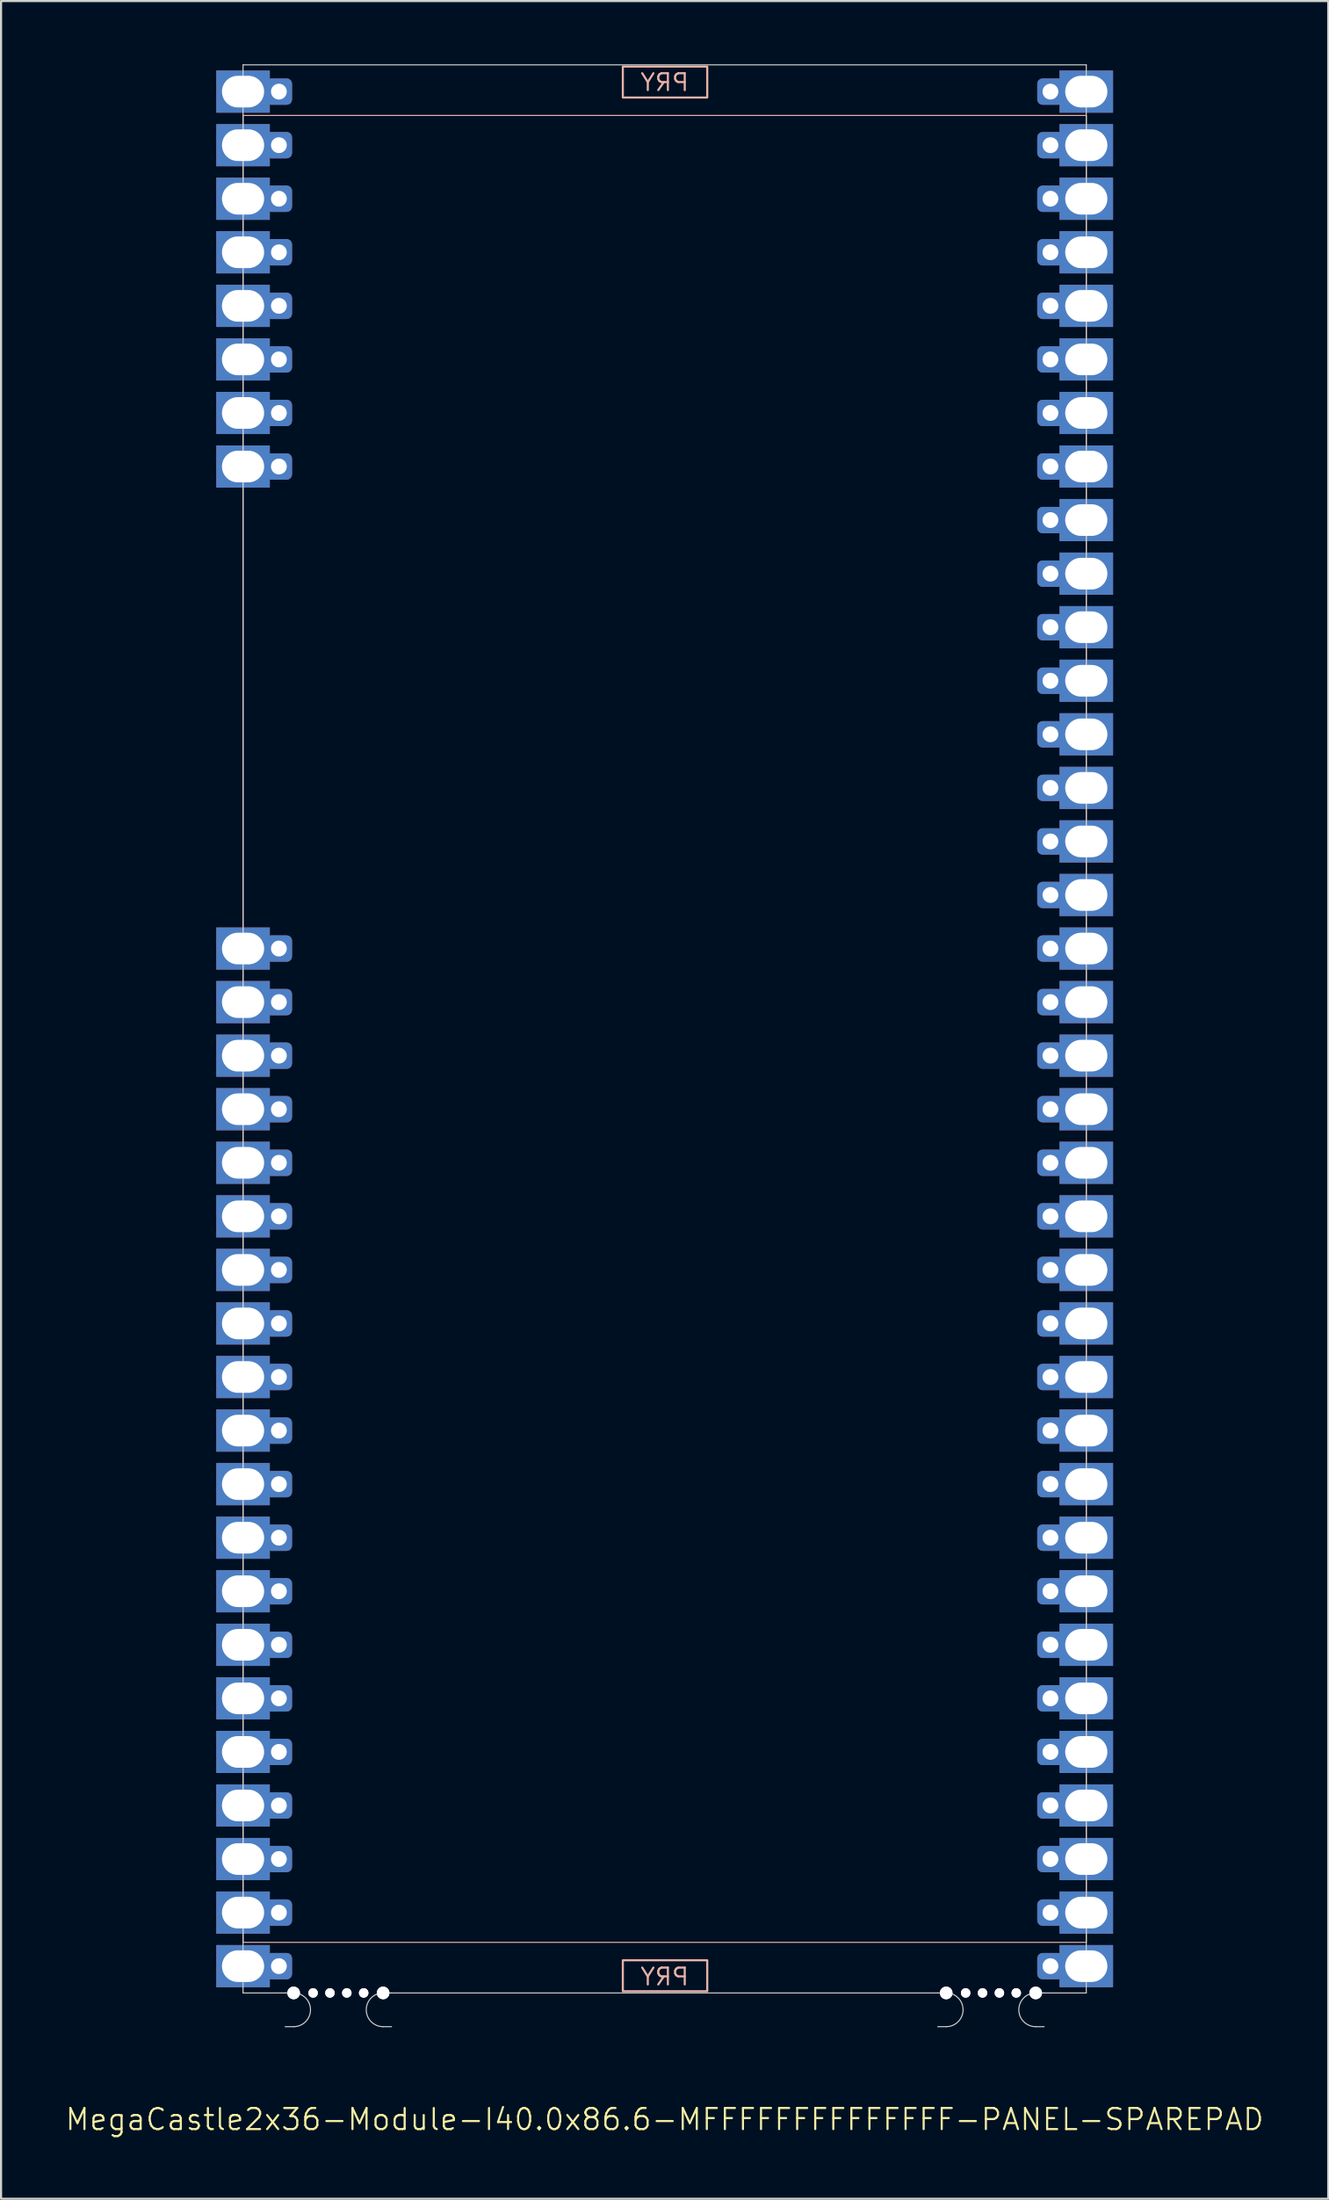
<source format=kicad_pcb>
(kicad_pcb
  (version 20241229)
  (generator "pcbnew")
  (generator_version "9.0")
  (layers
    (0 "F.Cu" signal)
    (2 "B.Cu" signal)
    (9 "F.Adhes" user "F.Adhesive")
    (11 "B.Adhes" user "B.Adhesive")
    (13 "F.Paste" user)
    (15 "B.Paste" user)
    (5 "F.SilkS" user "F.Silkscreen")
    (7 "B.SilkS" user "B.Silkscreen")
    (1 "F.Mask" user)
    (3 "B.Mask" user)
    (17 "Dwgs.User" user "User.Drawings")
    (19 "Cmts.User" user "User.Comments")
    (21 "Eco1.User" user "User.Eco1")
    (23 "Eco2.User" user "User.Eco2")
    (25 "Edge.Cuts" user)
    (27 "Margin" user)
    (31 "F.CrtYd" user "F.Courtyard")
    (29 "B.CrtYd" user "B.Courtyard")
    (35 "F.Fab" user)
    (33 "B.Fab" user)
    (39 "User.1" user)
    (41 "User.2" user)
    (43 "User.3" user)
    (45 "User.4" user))
  (footprint "MegaCastle2x36-Module-I40.0x86.6-MFFFFFFFFFFFFFF-PANEL-SPAREPAD"
    (layer "F.Cu")
    (at 28.479 45.745)
    (property "Reference" "MegaCastle2x36-Module-I40.0x86.6-MFFFFFFFFFFFFFF-PANEL-SPAREPAD" (at 0 51.72 0) (unlocked yes) (layer "F.SilkS") (effects (font (size 1 1) (thickness 0.1))))
    (attr smd)
    (fp_rect (start -20 43.32) (end 20 -43.32) (stroke (width 0.05) (type default)) (fill no) (layer "B.SilkS"))
    (fp_rect (start -1.984 -44.171) (end 2.02 -45.64) (stroke (width 0.1) (type default)) (fill no) (layer "B.SilkS"))
    (fp_rect (start -1.984 44.171) (end 2.02 45.64) (stroke (width 0.1) (type default)) (fill no) (layer "B.SilkS"))
    (fp_line (start -20 -45.72) (end -20 45.72) (stroke (width 0.05) (type default)) (layer "Edge.Cuts"))
    (fp_line (start -20 -45.72) (end 20 -45.72) (stroke (width 0.05) (type default)) (layer "Edge.Cuts"))
    (fp_line (start -20 45.72) (end -18 45.72) (stroke (width 0.05) (type default)) (layer "Edge.Cuts"))
    (fp_line (start -18 45.72) (end -17.6 45.72) (stroke (width 0.05) (type default)) (layer "Edge.Cuts"))
    (fp_line (start -18 47.32) (end -17.6 47.32) (stroke (width 0.05) (type default)) (layer "Edge.Cuts"))
    (fp_line (start -12.955 45.72) (end -13.355 45.72) (stroke (width 0.05) (type default)) (layer "Edge.Cuts"))
    (fp_line (start -12.955 45.72) (end 12.955 45.72) (stroke (width 0.05) (type default)) (layer "Edge.Cuts"))
    (fp_line (start -12.955 47.32) (end -13.355 47.32) (stroke (width 0.05) (type default)) (layer "Edge.Cuts"))
    (fp_line (start 12.955 45.72) (end 13.355 45.72) (stroke (width 0.05) (type default)) (layer "Edge.Cuts"))
    (fp_line (start 12.955 47.32) (end 13.355 47.32) (stroke (width 0.05) (type default)) (layer "Edge.Cuts"))
    (fp_line (start 18 45.72) (end 17.6 45.72) (stroke (width 0.05) (type default)) (layer "Edge.Cuts"))
    (fp_line (start 18 45.72) (end 20 45.72) (stroke (width 0.05) (type default)) (layer "Edge.Cuts"))
    (fp_line (start 18 47.32) (end 17.6 47.32) (stroke (width 0.05) (type default)) (layer "Edge.Cuts"))
    (fp_line (start 20 -45.72) (end 20 45.72) (stroke (width 0.05) (type default)) (layer "Edge.Cuts"))
    (fp_arc (start -17.6 45.720001) (mid -16.799999 46.52) (end -17.6 47.32) (stroke (width 0.05) (type default)) (layer "Edge.Cuts"))
    (fp_arc (start -13.355 47.32) (mid -14.154999 46.520001) (end -13.355 45.720001) (stroke (width 0.05) (type default)) (layer "Edge.Cuts"))
    (fp_arc (start 13.355001 45.720001) (mid 14.155002 46.52) (end 13.355001 47.32) (stroke (width 0.05) (type default)) (layer "Edge.Cuts"))
    (fp_arc (start 17.600002 47.32) (mid 16.8 46.52) (end 17.600002 45.720001) (stroke (width 0.05) (type default)) (layer "Edge.Cuts"))
    (fp_text user "PRY" (at 0 45.42 0) (unlocked yes) (layer "B.SilkS") (effects (font (size 0.8 0.8) (thickness 0.1)) (justify bottom mirror)))
    (fp_text user "PRY" (at 0 -44.42 0) (unlocked yes) (layer "B.SilkS") (effects (font (size 0.8 0.8) (thickness 0.1)) (justify bottom mirror)))
    (pad "" np_thru_hole circle (at -17.6 45.72) (size 0.6 0.6) (drill 0.6) (layers "*.Cu" "Edge.Cuts"))
    (pad "" np_thru_hole circle (at -16.677 45.72) (size 0.45 0.45) (drill 0.45) (layers "*.Cu" "Edge.Cuts"))
    (pad "" np_thru_hole circle (at -15.878 45.72) (size 0.45 0.45) (drill 0.45) (layers "*.Cu" "Edge.Cuts"))
    (pad "" np_thru_hole circle (at -15.078 45.72) (size 0.45 0.45) (drill 0.45) (layers "*.Cu" "Edge.Cuts"))
    (pad "" np_thru_hole circle (at -14.277 45.72) (size 0.45 0.45) (drill 0.45) (layers "*.Cu" "Edge.Cuts"))
    (pad "" np_thru_hole circle (at -13.355 45.72) (size 0.6 0.6) (drill 0.6) (layers "*.Cu" "Edge.Cuts"))
    (pad "" np_thru_hole circle (at 13.355 45.72) (size 0.6 0.6) (drill 0.6) (layers "*.Cu" "Edge.Cuts"))
    (pad "" np_thru_hole circle (at 14.278 45.72) (size 0.45 0.45) (drill 0.45) (layers "*.Cu" "Edge.Cuts"))
    (pad "" np_thru_hole circle (at 15.078 45.72) (size 0.45 0.45) (drill 0.45) (layers "*.Cu" "Edge.Cuts"))
    (pad "" np_thru_hole circle (at 15.878 45.72) (size 0.45 0.45) (drill 0.45) (layers "*.Cu" "Edge.Cuts"))
    (pad "" np_thru_hole circle (at 16.678 45.72) (size 0.45 0.45) (drill 0.45) (layers "*.Cu" "Edge.Cuts"))
    (pad "" np_thru_hole circle (at 17.6 45.72) (size 0.6 0.6) (drill 0.6) (layers "*.Cu" "Edge.Cuts"))
    (pad "1" thru_hole rect (at -20 -44.45) (size 2.54 2) (drill oval 2 1.5) (property pad_prop_castellated) (layers "*.Cu" "*.Mask"))
    (pad "1" thru_hole roundrect (at -18.3 -44.45 180) (size 1.25 1.25) (drill 0.75) (layers "*.Cu" "*.Mask") (roundrect_rratio 0.2))
    (pad "2" thru_hole rect (at -20 -41.91) (size 2.54 2) (drill oval 2 1.5) (property pad_prop_castellated) (layers "*.Cu" "*.Mask"))
    (pad "2" thru_hole roundrect (at -18.3 -41.91 180) (size 1.25 1.25) (drill 0.75) (layers "*.Cu" "*.Mask") (roundrect_rratio 0.2))
    (pad "3" thru_hole rect (at -20 -39.37) (size 2.54 2) (drill oval 2 1.5) (property pad_prop_castellated) (layers "*.Cu" "*.Mask"))
    (pad "3" thru_hole roundrect (at -18.3 -39.37 180) (size 1.25 1.25) (drill 0.75) (layers "*.Cu" "*.Mask") (roundrect_rratio 0.2))
    (pad "4" thru_hole rect (at -20 -36.83) (size 2.54 2) (drill oval 2 1.5) (property pad_prop_castellated) (layers "*.Cu" "*.Mask"))
    (pad "4" thru_hole roundrect (at -18.3 -36.83 180) (size 1.25 1.25) (drill 0.75) (layers "*.Cu" "*.Mask") (roundrect_rratio 0.2))
    (pad "5" thru_hole rect (at -20 -34.29) (size 2.54 2) (drill oval 2 1.5) (property pad_prop_castellated) (layers "*.Cu" "*.Mask"))
    (pad "5" thru_hole roundrect (at -18.3 -34.29 180) (size 1.25 1.25) (drill 0.75) (layers "*.Cu" "*.Mask") (roundrect_rratio 0.2))
    (pad "6" thru_hole rect (at -20 -31.75) (size 2.54 2) (drill oval 2 1.5) (property pad_prop_castellated) (layers "*.Cu" "*.Mask"))
    (pad "6" thru_hole roundrect (at -18.3 -31.75 180) (size 1.25 1.25) (drill 0.75) (layers "*.Cu" "*.Mask") (roundrect_rratio 0.2))
    (pad "7" thru_hole rect (at -20 -29.21) (size 2.54 2) (drill oval 2 1.5) (property pad_prop_castellated) (layers "*.Cu" "*.Mask"))
    (pad "7" thru_hole roundrect (at -18.3 -29.21 180) (size 1.25 1.25) (drill 0.75) (layers "*.Cu" "*.Mask") (roundrect_rratio 0.2))
    (pad "8" thru_hole rect (at -20 -26.67) (size 2.54 2) (drill oval 2 1.5) (property pad_prop_castellated) (layers "*.Cu" "*.Mask"))
    (pad "8" thru_hole roundrect (at -18.3 -26.67 180) (size 1.25 1.25) (drill 0.75) (layers "*.Cu" "*.Mask") (roundrect_rratio 0.2))
    (pad "17" thru_hole rect (at -20 -3.81) (size 2.54 2) (drill oval 2 1.5) (property pad_prop_castellated) (layers "*.Cu" "*.Mask"))
    (pad "17" thru_hole roundrect (at -18.3 -3.81 180) (size 1.25 1.25) (drill 0.75) (layers "*.Cu" "*.Mask") (roundrect_rratio 0.2))
    (pad "18" thru_hole rect (at -20 -1.27) (size 2.54 2) (drill oval 2 1.5) (property pad_prop_castellated) (layers "*.Cu" "*.Mask"))
    (pad "18" thru_hole roundrect (at -18.3 -1.27 180) (size 1.25 1.25) (drill 0.75) (layers "*.Cu" "*.Mask") (roundrect_rratio 0.2))
    (pad "19" thru_hole rect (at -20 1.27) (size 2.54 2) (drill oval 2 1.5) (property pad_prop_castellated) (layers "*.Cu" "*.Mask"))
    (pad "19" thru_hole roundrect (at -18.3 1.27 180) (size 1.25 1.25) (drill 0.75) (layers "*.Cu" "*.Mask") (roundrect_rratio 0.2))
    (pad "20" thru_hole rect (at -20 3.81) (size 2.54 2) (drill oval 2 1.5) (property pad_prop_castellated) (layers "*.Cu" "*.Mask"))
    (pad "20" thru_hole roundrect (at -18.3 3.81 180) (size 1.25 1.25) (drill 0.75) (layers "*.Cu" "*.Mask") (roundrect_rratio 0.2))
    (pad "21" thru_hole rect (at -20 6.35) (size 2.54 2) (drill oval 2 1.5) (property pad_prop_castellated) (layers "*.Cu" "*.Mask"))
    (pad "21" thru_hole roundrect (at -18.3 6.35 180) (size 1.25 1.25) (drill 0.75) (layers "*.Cu" "*.Mask") (roundrect_rratio 0.2))
    (pad "22" thru_hole rect (at -20 8.89) (size 2.54 2) (drill oval 2 1.5) (property pad_prop_castellated) (layers "*.Cu" "*.Mask"))
    (pad "22" thru_hole roundrect (at -18.3 8.89 180) (size 1.25 1.25) (drill 0.75) (layers "*.Cu" "*.Mask") (roundrect_rratio 0.2))
    (pad "23" thru_hole rect (at -20 11.43) (size 2.54 2) (drill oval 2 1.5) (property pad_prop_castellated) (layers "*.Cu" "*.Mask"))
    (pad "23" thru_hole roundrect (at -18.3 11.43 180) (size 1.25 1.25) (drill 0.75) (layers "*.Cu" "*.Mask") (roundrect_rratio 0.2))
    (pad "24" thru_hole rect (at -20 13.97) (size 2.54 2) (drill oval 2 1.5) (property pad_prop_castellated) (layers "*.Cu" "*.Mask"))
    (pad "24" thru_hole roundrect (at -18.3 13.97 180) (size 1.25 1.25) (drill 0.75) (layers "*.Cu" "*.Mask") (roundrect_rratio 0.2))
    (pad "25" thru_hole rect (at -20 16.51) (size 2.54 2) (drill oval 2 1.5) (property pad_prop_castellated) (layers "*.Cu" "*.Mask"))
    (pad "25" thru_hole roundrect (at -18.3 16.51 180) (size 1.25 1.25) (drill 0.75) (layers "*.Cu" "*.Mask") (roundrect_rratio 0.2))
    (pad "26" thru_hole rect (at -20 19.05) (size 2.54 2) (drill oval 2 1.5) (property pad_prop_castellated) (layers "*.Cu" "*.Mask"))
    (pad "26" thru_hole roundrect (at -18.3 19.05 180) (size 1.25 1.25) (drill 0.75) (layers "*.Cu" "*.Mask") (roundrect_rratio 0.2))
    (pad "27" thru_hole rect (at -20 21.59) (size 2.54 2) (drill oval 2 1.5) (property pad_prop_castellated) (layers "*.Cu" "*.Mask"))
    (pad "27" thru_hole roundrect (at -18.3 21.59 180) (size 1.25 1.25) (drill 0.75) (layers "*.Cu" "*.Mask") (roundrect_rratio 0.2))
    (pad "28" thru_hole rect (at -20 24.13) (size 2.54 2) (drill oval 2 1.5) (property pad_prop_castellated) (layers "*.Cu" "*.Mask"))
    (pad "28" thru_hole roundrect (at -18.3 24.13 180) (size 1.25 1.25) (drill 0.75) (layers "*.Cu" "*.Mask") (roundrect_rratio 0.2))
    (pad "29" thru_hole rect (at -20 26.67) (size 2.54 2) (drill oval 2 1.5) (property pad_prop_castellated) (layers "*.Cu" "*.Mask"))
    (pad "29" thru_hole roundrect (at -18.3 26.67 180) (size 1.25 1.25) (drill 0.75) (layers "*.Cu" "*.Mask") (roundrect_rratio 0.2))
    (pad "30" thru_hole rect (at -20 29.21) (size 2.54 2) (drill oval 2 1.5) (property pad_prop_castellated) (layers "*.Cu" "*.Mask"))
    (pad "30" thru_hole roundrect (at -18.3 29.21 180) (size 1.25 1.25) (drill 0.75) (layers "*.Cu" "*.Mask") (roundrect_rratio 0.2))
    (pad "31" thru_hole rect (at -20 31.75) (size 2.54 2) (drill oval 2 1.5) (property pad_prop_castellated) (layers "*.Cu" "*.Mask"))
    (pad "31" thru_hole roundrect (at -18.3 31.75 180) (size 1.25 1.25) (drill 0.75) (layers "*.Cu" "*.Mask") (roundrect_rratio 0.2))
    (pad "32" thru_hole rect (at -20 34.29) (size 2.54 2) (drill oval 2 1.5) (property pad_prop_castellated) (layers "*.Cu" "*.Mask"))
    (pad "32" thru_hole roundrect (at -18.3 34.29 180) (size 1.25 1.25) (drill 0.75) (layers "*.Cu" "*.Mask") (roundrect_rratio 0.2))
    (pad "33" thru_hole rect (at -20 36.83) (size 2.54 2) (drill oval 2 1.5) (property pad_prop_castellated) (layers "*.Cu" "*.Mask"))
    (pad "33" thru_hole roundrect (at -18.3 36.83 180) (size 1.25 1.25) (drill 0.75) (layers "*.Cu" "*.Mask") (roundrect_rratio 0.2))
    (pad "34" thru_hole rect (at -20 39.37) (size 2.54 2) (drill oval 2 1.5) (property pad_prop_castellated) (layers "*.Cu" "*.Mask"))
    (pad "34" thru_hole roundrect (at -18.3 39.37 180) (size 1.25 1.25) (drill 0.75) (layers "*.Cu" "*.Mask") (roundrect_rratio 0.2))
    (pad "35" thru_hole rect (at -20 41.91) (size 2.54 2) (drill oval 2 1.5) (property pad_prop_castellated) (layers "*.Cu" "*.Mask"))
    (pad "35" thru_hole roundrect (at -18.3 41.91 180) (size 1.25 1.25) (drill 0.75) (layers "*.Cu" "*.Mask") (roundrect_rratio 0.2))
    (pad "36" thru_hole rect (at -20 44.45) (size 2.54 2) (drill oval 2 1.5) (property pad_prop_castellated) (layers "*.Cu" "*.Mask"))
    (pad "36" thru_hole roundrect (at -18.3 44.45 180) (size 1.25 1.25) (drill 0.75) (layers "*.Cu" "*.Mask") (roundrect_rratio 0.2))
    (pad "37" thru_hole roundrect (at 18.3 -44.45 180) (size 1.25 1.25) (drill 0.75) (layers "*.Cu" "*.Mask") (roundrect_rratio 0.2))
    (pad "37" thru_hole rect (at 20 -44.45) (size 2.54 2) (drill oval 2 1.5) (property pad_prop_castellated) (layers "*.Cu" "*.Mask"))
    (pad "38" thru_hole roundrect (at 18.3 -41.91 180) (size 1.25 1.25) (drill 0.75) (layers "*.Cu" "*.Mask") (roundrect_rratio 0.2))
    (pad "38" thru_hole rect (at 20 -41.91) (size 2.54 2) (drill oval 2 1.5) (property pad_prop_castellated) (layers "*.Cu" "*.Mask"))
    (pad "39" thru_hole roundrect (at 18.3 -39.37 180) (size 1.25 1.25) (drill 0.75) (layers "*.Cu" "*.Mask") (roundrect_rratio 0.2))
    (pad "39" thru_hole rect (at 20 -39.37) (size 2.54 2) (drill oval 2 1.5) (property pad_prop_castellated) (layers "*.Cu" "*.Mask"))
    (pad "40" thru_hole roundrect (at 18.3 -36.83 180) (size 1.25 1.25) (drill 0.75) (layers "*.Cu" "*.Mask") (roundrect_rratio 0.2))
    (pad "40" thru_hole rect (at 20 -36.83) (size 2.54 2) (drill oval 2 1.5) (property pad_prop_castellated) (layers "*.Cu" "*.Mask"))
    (pad "41" thru_hole roundrect (at 18.3 -34.29 180) (size 1.25 1.25) (drill 0.75) (layers "*.Cu" "*.Mask") (roundrect_rratio 0.2))
    (pad "41" thru_hole rect (at 20 -34.29) (size 2.54 2) (drill oval 2 1.5) (property pad_prop_castellated) (layers "*.Cu" "*.Mask"))
    (pad "42" thru_hole roundrect (at 18.3 -31.75 180) (size 1.25 1.25) (drill 0.75) (layers "*.Cu" "*.Mask") (roundrect_rratio 0.2))
    (pad "42" thru_hole rect (at 20 -31.75) (size 2.54 2) (drill oval 2 1.5) (property pad_prop_castellated) (layers "*.Cu" "*.Mask"))
    (pad "43" thru_hole roundrect (at 18.3 -29.21 180) (size 1.25 1.25) (drill 0.75) (layers "*.Cu" "*.Mask") (roundrect_rratio 0.2))
    (pad "43" thru_hole rect (at 20 -29.21) (size 2.54 2) (drill oval 2 1.5) (property pad_prop_castellated) (layers "*.Cu" "*.Mask"))
    (pad "44" thru_hole roundrect (at 18.3 -26.67 180) (size 1.25 1.25) (drill 0.75) (layers "*.Cu" "*.Mask") (roundrect_rratio 0.2))
    (pad "44" thru_hole rect (at 20 -26.67) (size 2.54 2) (drill oval 2 1.5) (property pad_prop_castellated) (layers "*.Cu" "*.Mask"))
    (pad "45" thru_hole roundrect (at 18.3 -24.13 180) (size 1.25 1.25) (drill 0.75) (layers "*.Cu" "*.Mask") (roundrect_rratio 0.2))
    (pad "45" thru_hole rect (at 20 -24.13) (size 2.54 2) (drill oval 2 1.5) (property pad_prop_castellated) (layers "*.Cu" "*.Mask"))
    (pad "46" thru_hole roundrect (at 18.3 -21.59 180) (size 1.25 1.25) (drill 0.75) (layers "*.Cu" "*.Mask") (roundrect_rratio 0.2))
    (pad "46" thru_hole rect (at 20 -21.59) (size 2.54 2) (drill oval 2 1.5) (property pad_prop_castellated) (layers "*.Cu" "*.Mask"))
    (pad "47" thru_hole roundrect (at 18.3 -19.05 180) (size 1.25 1.25) (drill 0.75) (layers "*.Cu" "*.Mask") (roundrect_rratio 0.2))
    (pad "47" thru_hole rect (at 20 -19.05) (size 2.54 2) (drill oval 2 1.5) (property pad_prop_castellated) (layers "*.Cu" "*.Mask"))
    (pad "48" thru_hole roundrect (at 18.3 -16.51 180) (size 1.25 1.25) (drill 0.75) (layers "*.Cu" "*.Mask") (roundrect_rratio 0.2))
    (pad "48" thru_hole rect (at 20 -16.51) (size 2.54 2) (drill oval 2 1.5) (property pad_prop_castellated) (layers "*.Cu" "*.Mask"))
    (pad "49" thru_hole roundrect (at 18.3 -13.97 180) (size 1.25 1.25) (drill 0.75) (layers "*.Cu" "*.Mask") (roundrect_rratio 0.2))
    (pad "49" thru_hole rect (at 20 -13.97) (size 2.54 2) (drill oval 2 1.5) (property pad_prop_castellated) (layers "*.Cu" "*.Mask"))
    (pad "50" thru_hole roundrect (at 18.3 -11.43 180) (size 1.25 1.25) (drill 0.75) (layers "*.Cu" "*.Mask") (roundrect_rratio 0.2))
    (pad "50" thru_hole rect (at 20 -11.43) (size 2.54 2) (drill oval 2 1.5) (property pad_prop_castellated) (layers "*.Cu" "*.Mask"))
    (pad "51" thru_hole roundrect (at 18.3 -8.89 180) (size 1.25 1.25) (drill 0.75) (layers "*.Cu" "*.Mask") (roundrect_rratio 0.2))
    (pad "51" thru_hole rect (at 20 -8.89) (size 2.54 2) (drill oval 2 1.5) (property pad_prop_castellated) (layers "*.Cu" "*.Mask"))
    (pad "52" thru_hole roundrect (at 18.3 -6.35 180) (size 1.25 1.25) (drill 0.75) (layers "*.Cu" "*.Mask") (roundrect_rratio 0.2))
    (pad "52" thru_hole rect (at 20 -6.35) (size 2.54 2) (drill oval 2 1.5) (property pad_prop_castellated) (layers "*.Cu" "*.Mask"))
    (pad "53" thru_hole roundrect (at 18.3 -3.81 180) (size 1.25 1.25) (drill 0.75) (layers "*.Cu" "*.Mask") (roundrect_rratio 0.2))
    (pad "53" thru_hole rect (at 20 -3.81) (size 2.54 2) (drill oval 2 1.5) (property pad_prop_castellated) (layers "*.Cu" "*.Mask"))
    (pad "54" thru_hole roundrect (at 18.3 -1.27 180) (size 1.25 1.25) (drill 0.75) (layers "*.Cu" "*.Mask") (roundrect_rratio 0.2))
    (pad "54" thru_hole rect (at 20 -1.27) (size 2.54 2) (drill oval 2 1.5) (property pad_prop_castellated) (layers "*.Cu" "*.Mask"))
    (pad "55" thru_hole roundrect (at 18.3 1.27 180) (size 1.25 1.25) (drill 0.75) (layers "*.Cu" "*.Mask") (roundrect_rratio 0.2))
    (pad "55" thru_hole rect (at 20 1.27) (size 2.54 2) (drill oval 2 1.5) (property pad_prop_castellated) (layers "*.Cu" "*.Mask"))
    (pad "56" thru_hole roundrect (at 18.3 3.81 180) (size 1.25 1.25) (drill 0.75) (layers "*.Cu" "*.Mask") (roundrect_rratio 0.2))
    (pad "56" thru_hole rect (at 20 3.81) (size 2.54 2) (drill oval 2 1.5) (property pad_prop_castellated) (layers "*.Cu" "*.Mask"))
    (pad "57" thru_hole roundrect (at 18.3 6.35 180) (size 1.25 1.25) (drill 0.75) (layers "*.Cu" "*.Mask") (roundrect_rratio 0.2))
    (pad "57" thru_hole rect (at 20 6.35) (size 2.54 2) (drill oval 2 1.5) (property pad_prop_castellated) (layers "*.Cu" "*.Mask"))
    (pad "58" thru_hole roundrect (at 18.3 8.89 180) (size 1.25 1.25) (drill 0.75) (layers "*.Cu" "*.Mask") (roundrect_rratio 0.2))
    (pad "58" thru_hole rect (at 20 8.89) (size 2.54 2) (drill oval 2 1.5) (property pad_prop_castellated) (layers "*.Cu" "*.Mask"))
    (pad "59" thru_hole roundrect (at 18.3 11.43 180) (size 1.25 1.25) (drill 0.75) (layers "*.Cu" "*.Mask") (roundrect_rratio 0.2))
    (pad "59" thru_hole rect (at 20 11.43) (size 2.54 2) (drill oval 2 1.5) (property pad_prop_castellated) (layers "*.Cu" "*.Mask"))
    (pad "60" thru_hole roundrect (at 18.3 13.97 180) (size 1.25 1.25) (drill 0.75) (layers "*.Cu" "*.Mask") (roundrect_rratio 0.2))
    (pad "60" thru_hole rect (at 20 13.97) (size 2.54 2) (drill oval 2 1.5) (property pad_prop_castellated) (layers "*.Cu" "*.Mask"))
    (pad "61" thru_hole roundrect (at 18.3 16.51 180) (size 1.25 1.25) (drill 0.75) (layers "*.Cu" "*.Mask") (roundrect_rratio 0.2))
    (pad "61" thru_hole rect (at 20 16.51) (size 2.54 2) (drill oval 2 1.5) (property pad_prop_castellated) (layers "*.Cu" "*.Mask"))
    (pad "62" thru_hole roundrect (at 18.3 19.05 180) (size 1.25 1.25) (drill 0.75) (layers "*.Cu" "*.Mask") (roundrect_rratio 0.2))
    (pad "62" thru_hole rect (at 20 19.05) (size 2.54 2) (drill oval 2 1.5) (property pad_prop_castellated) (layers "*.Cu" "*.Mask"))
    (pad "63" thru_hole roundrect (at 18.3 21.59 180) (size 1.25 1.25) (drill 0.75) (layers "*.Cu" "*.Mask") (roundrect_rratio 0.2))
    (pad "63" thru_hole rect (at 20 21.59) (size 2.54 2) (drill oval 2 1.5) (property pad_prop_castellated) (layers "*.Cu" "*.Mask"))
    (pad "64" thru_hole roundrect (at 18.3 24.13 180) (size 1.25 1.25) (drill 0.75) (layers "*.Cu" "*.Mask") (roundrect_rratio 0.2))
    (pad "64" thru_hole rect (at 20 24.13) (size 2.54 2) (drill oval 2 1.5) (property pad_prop_castellated) (layers "*.Cu" "*.Mask"))
    (pad "65" thru_hole roundrect (at 18.3 26.67 180) (size 1.25 1.25) (drill 0.75) (layers "*.Cu" "*.Mask") (roundrect_rratio 0.2))
    (pad "65" thru_hole rect (at 20 26.67) (size 2.54 2) (drill oval 2 1.5) (property pad_prop_castellated) (layers "*.Cu" "*.Mask"))
    (pad "66" thru_hole roundrect (at 18.3 29.21 180) (size 1.25 1.25) (drill 0.75) (layers "*.Cu" "*.Mask") (roundrect_rratio 0.2))
    (pad "66" thru_hole rect (at 20 29.21) (size 2.54 2) (drill oval 2 1.5) (property pad_prop_castellated) (layers "*.Cu" "*.Mask"))
    (pad "67" thru_hole roundrect (at 18.3 31.75 180) (size 1.25 1.25) (drill 0.75) (layers "*.Cu" "*.Mask") (roundrect_rratio 0.2))
    (pad "67" thru_hole rect (at 20 31.75) (size 2.54 2) (drill oval 2 1.5) (property pad_prop_castellated) (layers "*.Cu" "*.Mask"))
    (pad "68" thru_hole roundrect (at 18.3 34.29 180) (size 1.25 1.25) (drill 0.75) (layers "*.Cu" "*.Mask") (roundrect_rratio 0.2))
    (pad "68" thru_hole rect (at 20 34.29) (size 2.54 2) (drill oval 2 1.5) (property pad_prop_castellated) (layers "*.Cu" "*.Mask"))
    (pad "69" thru_hole roundrect (at 18.3 36.83 180) (size 1.25 1.25) (drill 0.75) (layers "*.Cu" "*.Mask") (roundrect_rratio 0.2))
    (pad "69" thru_hole rect (at 20 36.83) (size 2.54 2) (drill oval 2 1.5) (property pad_prop_castellated) (layers "*.Cu" "*.Mask"))
    (pad "70" thru_hole roundrect (at 18.3 39.37 180) (size 1.25 1.25) (drill 0.75) (layers "*.Cu" "*.Mask") (roundrect_rratio 0.2))
    (pad "70" thru_hole rect (at 20 39.37) (size 2.54 2) (drill oval 2 1.5) (property pad_prop_castellated) (layers "*.Cu" "*.Mask"))
    (pad "71" thru_hole roundrect (at 18.3 41.91 180) (size 1.25 1.25) (drill 0.75) (layers "*.Cu" "*.Mask") (roundrect_rratio 0.2))
    (pad "71" thru_hole rect (at 20 41.91) (size 2.54 2) (drill oval 2 1.5) (property pad_prop_castellated) (layers "*.Cu" "*.Mask"))
    (pad "72" thru_hole roundrect (at 18.3 44.45 180) (size 1.25 1.25) (drill 0.75) (layers "*.Cu" "*.Mask") (roundrect_rratio 0.2))
    (pad "72" thru_hole rect (at 20 44.45) (size 2.54 2) (drill oval 2 1.5) (property pad_prop_castellated) (layers "*.Cu" "*.Mask"))
    (zone (net_name "") (layer "B.Cu") (hatch edge 0.5) (connect_pads) (min_thickness 0.25) (filled_areas_thickness no) (keepout (tracks allowed) (vias allowed) (pads allowed) (copperpour allowed) (footprints not_allowed)) (placement (enabled no)) (fill) (polygon (pts (xy 8.479 91.465) (xy 8.479 0.025))))
    (zone (net_name "") (layer "B.Cu") (hatch edge 0.5) (connect_pads) (min_thickness 0.25) (filled_areas_thickness no) (keepout (tracks allowed) (vias allowed) (pads allowed) (copperpour allowed) (footprints not_allowed)) (placement (enabled no)) (fill) (polygon (pts (xy 48.479 91.465) (xy 48.479 0.025))))
    (zone (net_name "") (layer "B.Cu") (hatch edge 0.5) (connect_pads) (min_thickness 0.25) (filled_areas_thickness no) (keepout (tracks allowed) (vias allowed) (pads allowed) (copperpour allowed) (footprints not_allowed)) (placement (enabled no)) (fill) (polygon (pts (xy 8.479 0.025) (xy 8.479 2.425) (xy 48.479 2.425) (xy 48.479 0.025))))
    (zone (net_name "") (layer "B.Cu") (hatch edge 0.5) (connect_pads) (min_thickness 0.25) (filled_areas_thickness no) (keepout (tracks allowed) (vias allowed) (pads allowed) (copperpour allowed) (footprints not_allowed)) (placement (enabled no)) (fill) (polygon (pts (xy 8.479 91.465) (xy 8.479 89.065) (xy 48.479 89.065) (xy 48.479 91.465))))
    (zone (net_name "") (layer "B.Cu") (name "Upper Pry Zone") (hatch edge 0.5) (connect_pads) (min_thickness 0.25) (filled_areas_thickness no) (keepout (tracks not_allowed) (vias not_allowed) (pads not_allowed) (copperpour allowed) (footprints not_allowed)) (placement (enabled no)) (fill) (polygon (pts (xy 26.494 1.574) (xy 26.494 0.105) (xy 30.498 0.105) (xy 30.498 1.574))))
    (zone (net_name "") (layer "B.Cu") (name "Upper Pry Zone") (hatch edge 0.5) (connect_pads) (min_thickness 0.25) (filled_areas_thickness no) (keepout (tracks not_allowed) (vias not_allowed) (pads not_allowed) (copperpour allowed) (footprints not_allowed)) (placement (enabled no)) (fill) (polygon (pts (xy 26.494 89.916) (xy 26.494 91.385) (xy 30.498 91.385) (xy 30.498 89.916)))))
  (gr_rect
    (start -3 -3)
    (end 59.957 101.226)
    (stroke (width 0.1) (type default))
    (fill no)
    (layer "Edge.Cuts")))
</source>
